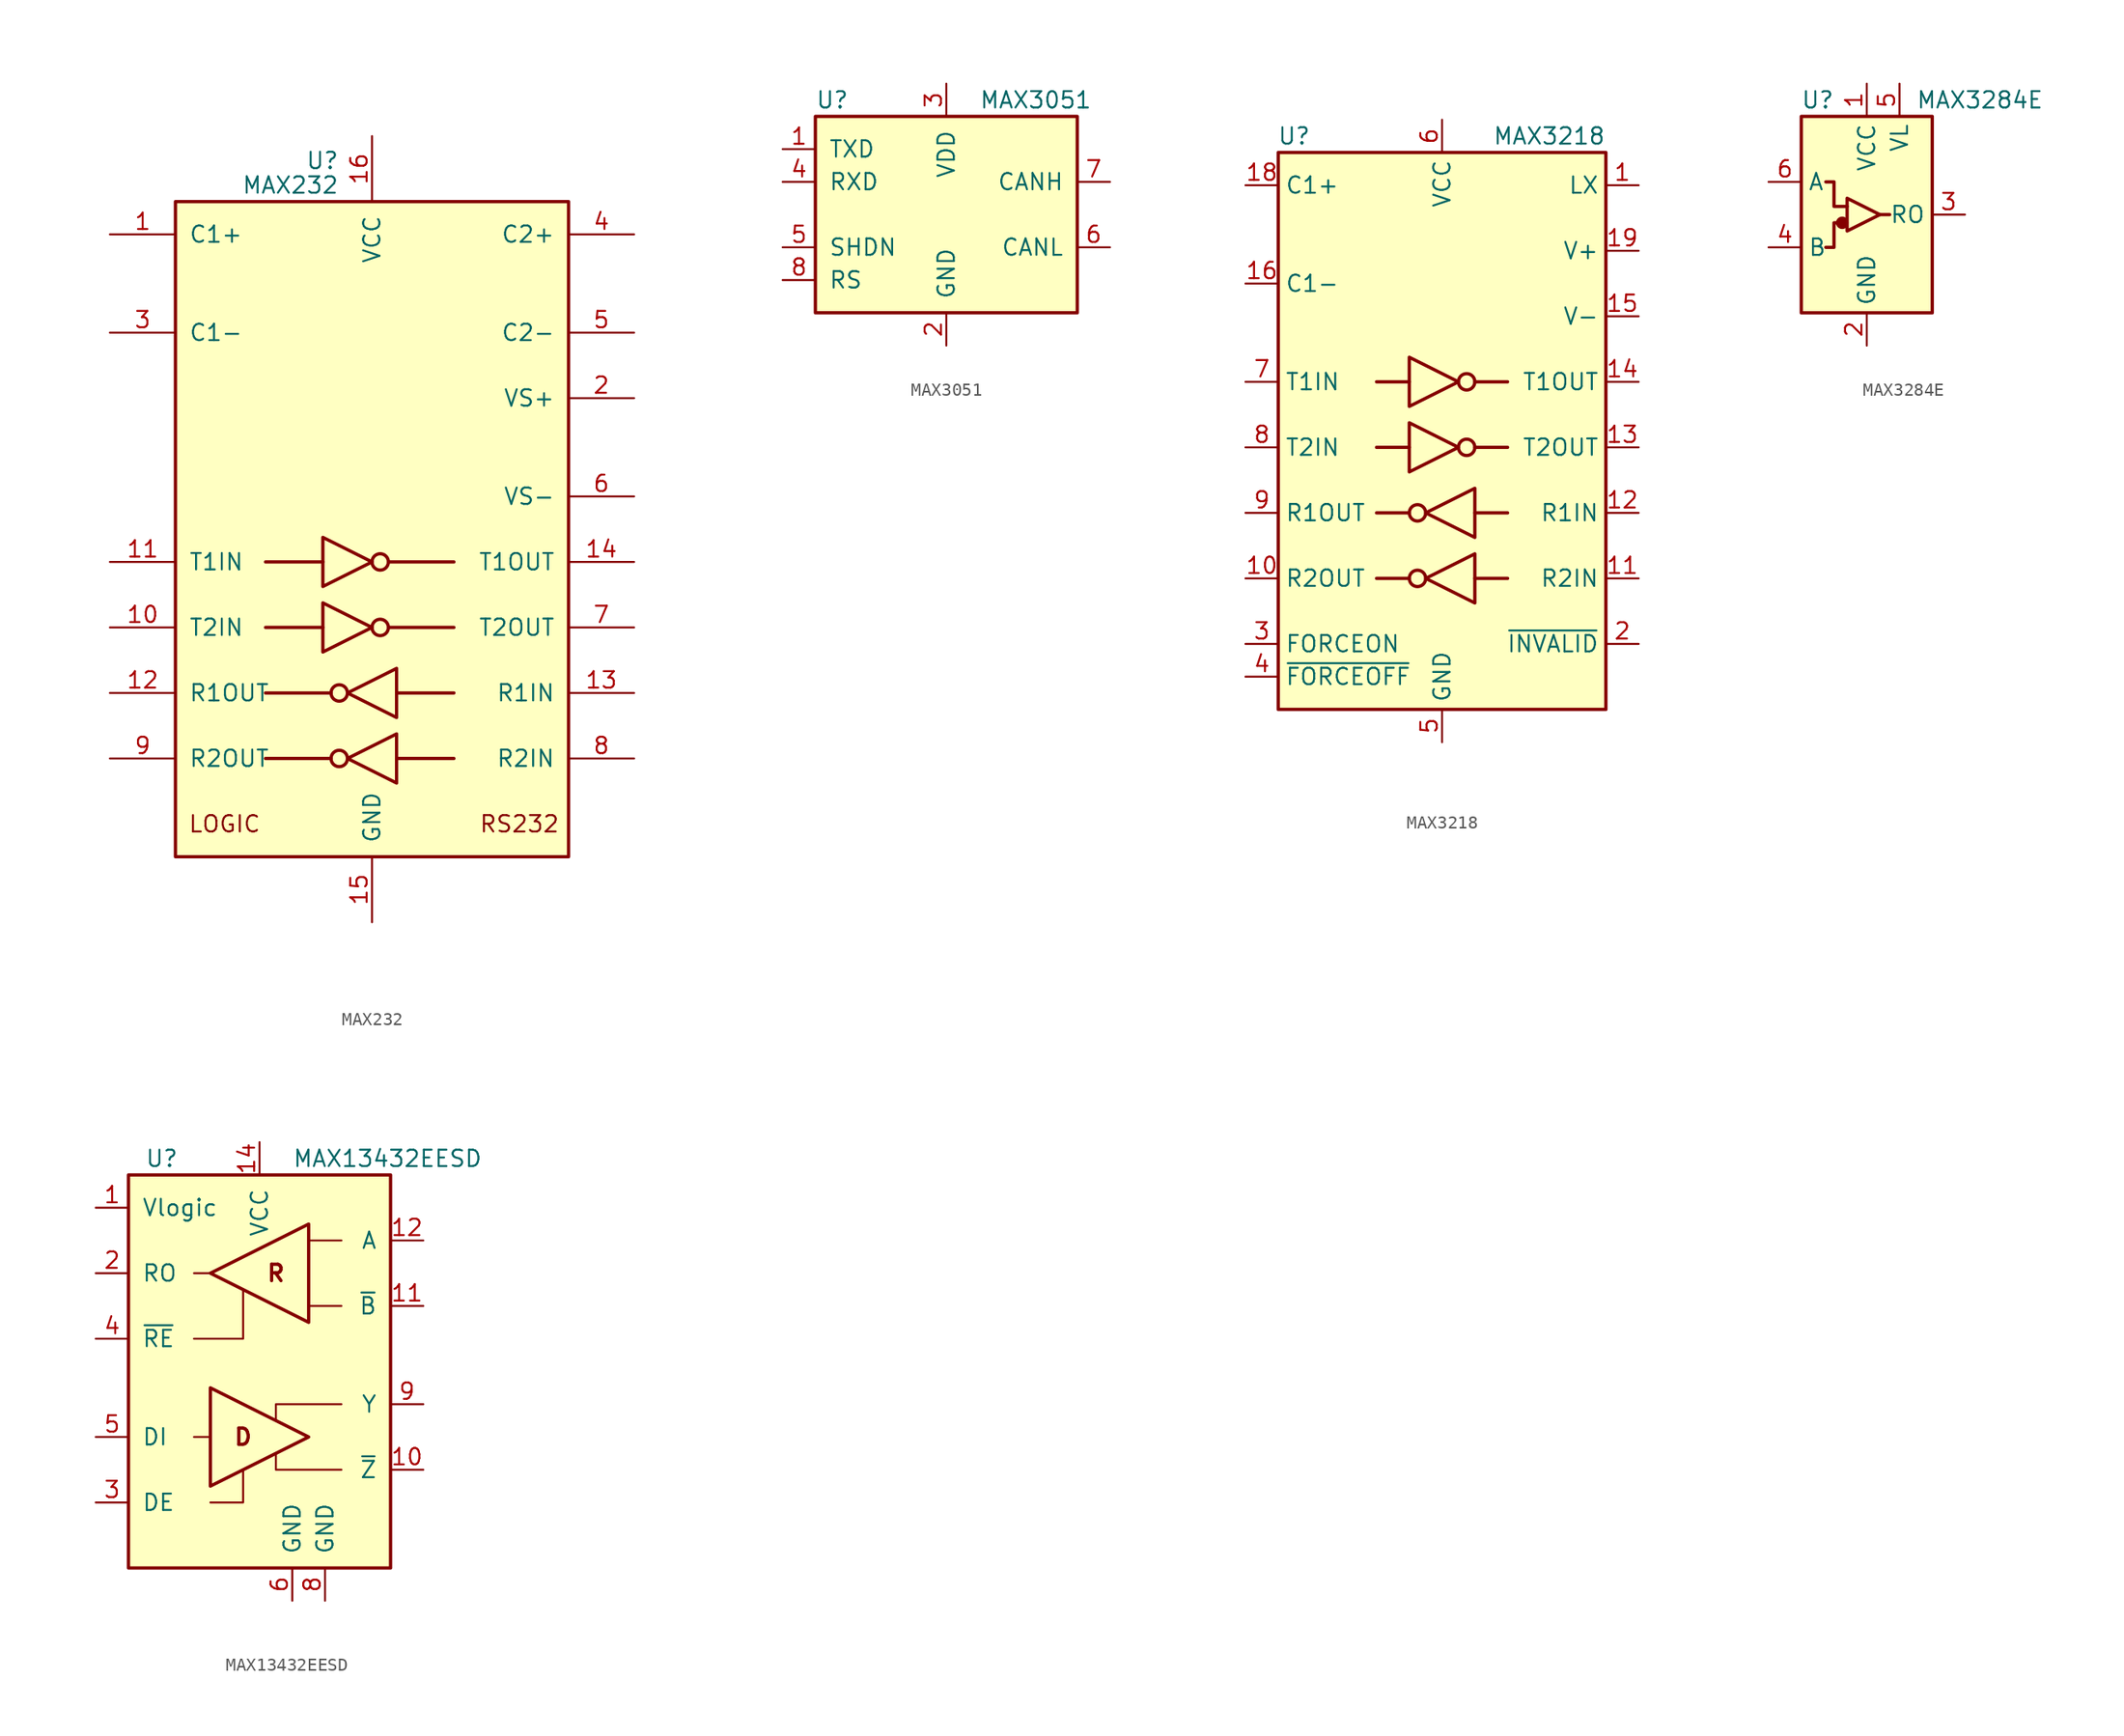
<source format=kicad_sym>
(kicad_symbol_lib
  (version 20201005)
  (generator kicad_symbol_editor)
  (symbol "MAX232"
    (pin_names
      (offset 1.016))
    (property "Reference" "U"
      (at -2.54 28.575 0)
      (effects (font (size 1.27 1.27)) (justify right)))
    (property "Value" "MAX232"
      (at -2.54 26.67 0)
      (effects (font (size 1.27 1.27)) (justify right)))
    (symbol "MAX232_0_0"
      (text "LOGIC" (at -11.43 -22.86 0) (effects (font (size 1.27 1.27))))
      (text "RS232" (at 11.43 -22.86 0) (effects (font (size 1.27 1.27)))))
    (symbol "MAX232_0_1"
      (circle (center -2.54 -17.78) (radius 0.635) (stroke (width 0.254)) (fill (type none)))
      (circle (center -2.54 -12.7) (radius 0.635) (stroke (width 0.254)) (fill (type none)))
      (circle (center 0.635 -7.62) (radius 0.635) (stroke (width 0.254)) (fill (type none)))
      (circle (center 0.635 -2.54) (radius 0.635) (stroke (width 0.254)) (fill (type none)))
      (rectangle (start -15.24 -25.4) (end 15.24 25.4) (stroke (width 0.254)) (fill (type background)))
      (polyline (pts (xy -3.81 -7.62) (xy -8.255 -7.62)) (stroke (width 0.254)) (fill (type none)))
      (polyline (pts (xy -3.81 -2.54) (xy -8.255 -2.54)) (stroke (width 0.254)) (fill (type none)))
      (polyline (pts (xy -3.175 -17.78) (xy -8.255 -17.78)) (stroke (width 0.254)) (fill (type none)))
      (polyline (pts (xy -3.175 -12.7) (xy -8.255 -12.7)) (stroke (width 0.254)) (fill (type none)))
      (polyline (pts (xy 1.27 -7.62) (xy 6.35 -7.62)) (stroke (width 0.254)) (fill (type none)))
      (polyline (pts (xy 1.27 -2.54) (xy 6.35 -2.54)) (stroke (width 0.254)) (fill (type none)))
      (polyline (pts (xy 1.905 -17.78) (xy 6.35 -17.78)) (stroke (width 0.254)) (fill (type none)))
      (polyline (pts (xy 1.905 -12.7) (xy 6.35 -12.7)) (stroke (width 0.254)) (fill (type none)))
      (polyline (pts (xy -3.81 -5.715) (xy -3.81 -9.525) (xy 0 -7.62) (xy -3.81 -5.715)) (stroke (width 0.254)) (fill (type none)))
      (polyline (pts (xy -3.81 -0.635) (xy -3.81 -4.445) (xy 0 -2.54) (xy -3.81 -0.635)) (stroke (width 0.254)) (fill (type none)))
      (polyline (pts (xy 1.905 -15.875) (xy 1.905 -19.685) (xy -1.905 -17.78) (xy 1.905 -15.875)) (stroke (width 0.254)) (fill (type none)))
      (polyline (pts (xy 1.905 -10.795) (xy 1.905 -14.605) (xy -1.905 -12.7) (xy 1.905 -10.795)) (stroke (width 0.254)) (fill (type none))))
    (symbol "MAX232_1_1"
      (pin passive line (at -20.32 22.86 0) (length 5.08) (name "C1+" (effects (font (size 1.27 1.27)))) (number "1" (effects (font (size 1.27 1.27)))))
      (pin input line (at -20.32 -7.62 0) (length 5.08) (name "T2IN" (effects (font (size 1.27 1.27)))) (number "10" (effects (font (size 1.27 1.27)))))
      (pin input line (at -20.32 -2.54 0) (length 5.08) (name "T1IN" (effects (font (size 1.27 1.27)))) (number "11" (effects (font (size 1.27 1.27)))))
      (pin output line (at -20.32 -12.7 0) (length 5.08) (name "R1OUT" (effects (font (size 1.27 1.27)))) (number "12" (effects (font (size 1.27 1.27)))))
      (pin input line (at 20.32 -12.7 180) (length 5.08) (name "R1IN" (effects (font (size 1.27 1.27)))) (number "13" (effects (font (size 1.27 1.27)))))
      (pin output line (at 20.32 -2.54 180) (length 5.08) (name "T1OUT" (effects (font (size 1.27 1.27)))) (number "14" (effects (font (size 1.27 1.27)))))
      (pin power_in line (at 0 -30.48 90) (length 5.08) (name "GND" (effects (font (size 1.27 1.27)))) (number "15" (effects (font (size 1.27 1.27)))))
      (pin power_in line (at 0 30.48 270) (length 5.08) (name "VCC" (effects (font (size 1.27 1.27)))) (number "16" (effects (font (size 1.27 1.27)))))
      (pin power_out line (at 20.32 10.16 180) (length 5.08) (name "VS+" (effects (font (size 1.27 1.27)))) (number "2" (effects (font (size 1.27 1.27)))))
      (pin passive line (at -20.32 15.24 0) (length 5.08) (name "C1-" (effects (font (size 1.27 1.27)))) (number "3" (effects (font (size 1.27 1.27)))))
      (pin passive line (at 20.32 22.86 180) (length 5.08) (name "C2+" (effects (font (size 1.27 1.27)))) (number "4" (effects (font (size 1.27 1.27)))))
      (pin passive line (at 20.32 15.24 180) (length 5.08) (name "C2-" (effects (font (size 1.27 1.27)))) (number "5" (effects (font (size 1.27 1.27)))))
      (pin power_out line (at 20.32 2.54 180) (length 5.08) (name "VS-" (effects (font (size 1.27 1.27)))) (number "6" (effects (font (size 1.27 1.27)))))
      (pin output line (at 20.32 -7.62 180) (length 5.08) (name "T2OUT" (effects (font (size 1.27 1.27)))) (number "7" (effects (font (size 1.27 1.27)))))
      (pin input line (at 20.32 -17.78 180) (length 5.08) (name "R2IN" (effects (font (size 1.27 1.27)))) (number "8" (effects (font (size 1.27 1.27)))))
      (pin output line (at -20.32 -17.78 0) (length 5.08) (name "R2OUT" (effects (font (size 1.27 1.27)))) (number "9" (effects (font (size 1.27 1.27)))))))
  (symbol "MAX3051"
    (pin_names
      (offset 1.016))
    (property "Reference" "U"
      (at -10.16 8.89 0)
      (effects (font (size 1.27 1.27)) (justify left)))
    (property "Value" "MAX3051"
      (at 2.54 8.89 0)
      (effects (font (size 1.27 1.27)) (justify left)))
    (symbol "MAX3051_0_1"
      (rectangle (start -10.16 7.62) (end 10.16 -7.62) (stroke (width 0.254)) (fill (type background))))
    (symbol "MAX3051_1_1"
      (pin input line (at -12.7 5.08 0) (length 2.54) (name "TXD" (effects (font (size 1.27 1.27)))) (number "1" (effects (font (size 1.27 1.27)))))
      (pin power_in line (at 0 -10.16 90) (length 2.54) (name "GND" (effects (font (size 1.27 1.27)))) (number "2" (effects (font (size 1.27 1.27)))))
      (pin power_in line (at 0 10.16 270) (length 2.54) (name "VDD" (effects (font (size 1.27 1.27)))) (number "3" (effects (font (size 1.27 1.27)))))
      (pin output line (at -12.7 2.54 0) (length 2.54) (name "RXD" (effects (font (size 1.27 1.27)))) (number "4" (effects (font (size 1.27 1.27)))))
      (pin input line (at -12.7 -2.54 0) (length 2.54) (name "SHDN" (effects (font (size 1.27 1.27)))) (number "5" (effects (font (size 1.27 1.27)))))
      (pin bidirectional line (at 12.7 -2.54 180) (length 2.54) (name "CANL" (effects (font (size 1.27 1.27)))) (number "6" (effects (font (size 1.27 1.27)))))
      (pin bidirectional line (at 12.7 2.54 180) (length 2.54) (name "CANH" (effects (font (size 1.27 1.27)))) (number "7" (effects (font (size 1.27 1.27)))))
      (pin input line (at -12.7 -5.08 0) (length 2.54) (name "RS" (effects (font (size 1.27 1.27)))) (number "8" (effects (font (size 1.27 1.27)))))))
  (symbol "MAX3218"
    (property "Reference" "U"
      (at -10.16 24.13 0)
      (effects (font (size 1.27 1.27)) (justify right)))
    (property "Value" "MAX3218"
      (at 12.7 24.13 0)
      (effects (font (size 1.27 1.27)) (justify right)))
    (symbol "MAX3218_0_1"
      (circle (center 1.905 0) (radius 0.635) (stroke (width 0.254)) (fill (type none)))
      (circle (center 1.905 5.08) (radius 0.635) (stroke (width 0.254)) (fill (type none)))
      (rectangle (start -12.7 -20.32) (end 12.7 22.86) (stroke (width 0.254)) (fill (type background)))
      (polyline (pts (xy -2.54 5.08) (xy -5.08 5.08)) (stroke (width 0.254)) (fill (type none)))
      (polyline (pts (xy 2.54 5.08) (xy 5.08 5.08)) (stroke (width 0.254)) (fill (type none)))
      (polyline (pts (xy -2.54 1.905) (xy -2.54 -1.905) (xy 1.27 0) (xy -2.54 1.905)) (stroke (width 0.254)) (fill (type none)))
      (polyline (pts (xy -2.54 6.985) (xy -2.54 3.175) (xy 1.27 5.08) (xy -2.54 6.985)) (stroke (width 0.254)) (fill (type none))))
    (symbol "MAX3218_1_1"
      (circle (center -1.905 -10.16) (radius 0.635) (stroke (width 0.254)) (fill (type none)))
      (circle (center -1.905 -5.08) (radius 0.635) (stroke (width 0.254)) (fill (type none)))
      (polyline (pts (xy -2.54 -10.16) (xy -5.08 -10.16)) (stroke (width 0.254)) (fill (type none)))
      (polyline (pts (xy -2.54 -5.08) (xy -5.08 -5.08)) (stroke (width 0.254)) (fill (type none)))
      (polyline (pts (xy -2.54 0) (xy -5.08 0)) (stroke (width 0.254)) (fill (type none)))
      (polyline (pts (xy 2.54 -10.16) (xy 5.08 -10.16)) (stroke (width 0.254)) (fill (type none)))
      (polyline (pts (xy 2.54 -5.08) (xy 5.08 -5.08)) (stroke (width 0.254)) (fill (type none)))
      (polyline (pts (xy 2.54 0) (xy 5.08 0)) (stroke (width 0.254)) (fill (type none)))
      (polyline (pts (xy 2.54 -12.065) (xy 2.54 -8.255) (xy -1.27 -10.16) (xy 2.54 -12.065)) (stroke (width 0.254)) (fill (type none)))
      (polyline (pts (xy 2.54 -6.985) (xy 2.54 -3.175) (xy -1.27 -5.08) (xy 2.54 -6.985)) (stroke (width 0.254)) (fill (type none)))
      (pin passive line (at 15.24 20.32 180) (length 2.54) (name "LX" (effects (font (size 1.27 1.27)))) (number "1" (effects (font (size 1.27 1.27)))))
      (pin output line (at -15.24 -10.16 0) (length 2.54) (name "R2OUT" (effects (font (size 1.27 1.27)))) (number "10" (effects (font (size 1.27 1.27)))))
      (pin input line (at 15.24 -10.16 180) (length 2.54) (name "R2IN" (effects (font (size 1.27 1.27)))) (number "11" (effects (font (size 1.27 1.27)))))
      (pin input line (at 15.24 -5.08 180) (length 2.54) (name "R1IN" (effects (font (size 1.27 1.27)))) (number "12" (effects (font (size 1.27 1.27)))))
      (pin output line (at 15.24 0 180) (length 2.54) (name "T2OUT" (effects (font (size 1.27 1.27)))) (number "13" (effects (font (size 1.27 1.27)))))
      (pin output line (at 15.24 5.08 180) (length 2.54) (name "T1OUT" (effects (font (size 1.27 1.27)))) (number "14" (effects (font (size 1.27 1.27)))))
      (pin power_out line (at 15.24 10.16 180) (length 2.54) (name "V-" (effects (font (size 1.27 1.27)))) (number "15" (effects (font (size 1.27 1.27)))))
      (pin passive line (at -15.24 12.7 0) (length 2.54) (name "C1-" (effects (font (size 1.27 1.27)))) (number "16" (effects (font (size 1.27 1.27)))))
      (pin passive line (at 0 -22.86 90) (length 2.54) hide (name "GND" (effects (font (size 1.27 1.27)))) (number "17" (effects (font (size 1.27 1.27)))))
      (pin passive line (at -15.24 20.32 0) (length 2.54) (name "C1+" (effects (font (size 1.27 1.27)))) (number "18" (effects (font (size 1.27 1.27)))))
      (pin power_out line (at 15.24 15.24 180) (length 2.54) (name "V+" (effects (font (size 1.27 1.27)))) (number "19" (effects (font (size 1.27 1.27)))))
      (pin output line (at 15.24 -15.24 180) (length 2.54) (name "~INVALID" (effects (font (size 1.27 1.27)))) (number "2" (effects (font (size 1.27 1.27)))))
      (pin passive line (at 0 -22.86 90) (length 2.54) hide (name "GND" (effects (font (size 1.27 1.27)))) (number "20" (effects (font (size 1.27 1.27)))))
      (pin input line (at -15.24 -15.24 0) (length 2.54) (name "FORCEON" (effects (font (size 1.27 1.27)))) (number "3" (effects (font (size 1.27 1.27)))))
      (pin input line (at -15.24 -17.78 0) (length 2.54) (name "~FORCEOFF" (effects (font (size 1.27 1.27)))) (number "4" (effects (font (size 1.27 1.27)))))
      (pin power_in line (at 0 -22.86 90) (length 2.54) (name "GND" (effects (font (size 1.27 1.27)))) (number "5" (effects (font (size 1.27 1.27)))))
      (pin power_in line (at 0 25.4 270) (length 2.54) (name "VCC" (effects (font (size 1.27 1.27)))) (number "6" (effects (font (size 1.27 1.27)))))
      (pin input line (at -15.24 5.08 0) (length 2.54) (name "T1IN" (effects (font (size 1.27 1.27)))) (number "7" (effects (font (size 1.27 1.27)))))
      (pin input line (at -15.24 0 0) (length 2.54) (name "T2IN" (effects (font (size 1.27 1.27)))) (number "8" (effects (font (size 1.27 1.27)))))
      (pin output line (at -15.24 -5.08 0) (length 2.54) (name "R1OUT" (effects (font (size 1.27 1.27)))) (number "9" (effects (font (size 1.27 1.27)))))))
  (symbol "MAX3284E"
    (property "Reference" "U"
      (at -3.81 8.89 0)
      (effects (font (size 1.27 1.27))))
    (property "Value" "MAX3284E"
      (at 3.81 8.89 0)
      (effects (font (size 1.27 1.27)) (justify left)))
    (symbol "MAX3284E_0_1"
      (circle (center -1.905 -0.635) (radius 0.356) (stroke (width 0.254)) (fill (type outline)))
      (rectangle (start -5.08 7.62) (end 5.08 -7.62) (stroke (width 0.254)) (fill (type background)))
      (rectangle (start -1.524 0.635) (end -1.524 0.635) (stroke (width 0)) (fill (type none)))
      (polyline (pts (xy 1.778 0) (xy 1.016 0)) (stroke (width 0.254)) (fill (type none)))
      (polyline (pts (xy -1.905 -0.635) (xy -2.54 -0.635) (xy -2.54 -2.54) (xy -3.175 -2.54)) (stroke (width 0.254)) (fill (type none)))
      (polyline (pts (xy -1.524 0.635) (xy -2.54 0.635) (xy -2.54 2.54) (xy -3.175 2.54)) (stroke (width 0.254)) (fill (type none)))
      (polyline (pts (xy 1.016 0) (xy -1.524 1.27) (xy -1.524 -1.27) (xy 1.016 0)) (stroke (width 0.254)) (fill (type none))))
    (symbol "MAX3284E_1_1"
      (pin power_in line (at 0 10.16 270) (length 2.54) (name "VCC" (effects (font (size 1.27 1.27)))) (number "1" (effects (font (size 1.27 1.27)))))
      (pin power_in line (at 0 -10.16 90) (length 2.54) (name "GND" (effects (font (size 1.27 1.27)))) (number "2" (effects (font (size 1.27 1.27)))))
      (pin output line (at 7.62 0 180) (length 2.54) (name "RO" (effects (font (size 1.27 1.27)))) (number "3" (effects (font (size 1.27 1.27)))))
      (pin input line (at -7.62 -2.54 0) (length 2.54) (name "B" (effects (font (size 1.27 1.27)))) (number "4" (effects (font (size 1.27 1.27)))))
      (pin power_in line (at 2.54 10.16 270) (length 2.54) (name "VL" (effects (font (size 1.27 1.27)))) (number "5" (effects (font (size 1.27 1.27)))))
      (pin input line (at -7.62 2.54 0) (length 2.54) (name "A" (effects (font (size 1.27 1.27)))) (number "6" (effects (font (size 1.27 1.27)))))))
  (symbol "MAX13432EESD"
    (pin_names
      (offset 1.016))
    (property "Reference" "U"
      (at -8.89 16.51 0)
      (effects (font (size 1.27 1.27)) (justify left)))
    (property "Value" "MAX13432EESD"
      (at 2.54 16.51 0)
      (effects (font (size 1.27 1.27)) (justify left)))
    (symbol "MAX13432EESD_0_0"
      (text "D" (at -1.27 -5.08 0) (effects (font (size 1.27 1.27) bold)))
      (text "R" (at 1.27 7.62 0) (effects (font (size 1.27 1.27) bold))))
    (symbol "MAX13432EESD_0_1"
      (rectangle (start -10.16 15.24) (end 10.16 -15.24) (stroke (width 0.254)) (fill (type background)))
      (polyline (pts (xy -5.08 -5.08) (xy -3.81 -5.08)) (stroke (width 0)) (fill (type none)))
      (polyline (pts (xy -3.81 7.62) (xy -5.08 7.62)) (stroke (width 0)) (fill (type none)))
      (polyline (pts (xy 6.35 5.08) (xy 3.81 5.08) (xy 3.81 5.08)) (stroke (width 0)) (fill (type none)))
      (polyline (pts (xy 6.35 10.16) (xy 3.81 10.16) (xy 3.81 10.16)) (stroke (width 0)) (fill (type none)))
      (polyline (pts (xy -3.81 -10.16) (xy -1.27 -10.16) (xy -1.27 -7.62) (xy -1.27 -7.62)) (stroke (width 0)) (fill (type none)))
      (polyline (pts (xy -1.27 6.35) (xy -1.27 2.54) (xy -2.54 2.54) (xy -5.08 2.54)) (stroke (width 0)) (fill (type none)))
      (polyline (pts (xy 6.35 -7.62) (xy 1.27 -7.62) (xy 1.27 -6.35) (xy 1.27 -6.35)) (stroke (width 0)) (fill (type none)))
      (polyline (pts (xy 6.35 -2.54) (xy 1.27 -2.54) (xy 1.27 -3.81) (xy 1.27 -3.81)) (stroke (width 0)) (fill (type none)))
      (polyline (pts (xy -3.81 -1.27) (xy -3.81 -8.89) (xy 3.81 -5.08) (xy -3.81 -1.27) (xy -3.81 -1.27)) (stroke (width 0.254)) (fill (type none)))
      (polyline (pts (xy 3.81 11.43) (xy 3.81 3.81) (xy -3.81 7.62) (xy 3.81 11.43) (xy 3.81 11.43)) (stroke (width 0.254)) (fill (type none))))
    (symbol "MAX13432EESD_1_1"
      (pin power_in line (at -12.7 12.7 0) (length 2.54) (name "Vlogic" (effects (font (size 1.27 1.27)))) (number "1" (effects (font (size 1.27 1.27)))))
      (pin output line (at 12.7 -7.62 180) (length 2.54) (name "~Z~" (effects (font (size 1.27 1.27)))) (number "10" (effects (font (size 1.27 1.27)))))
      (pin input line (at 12.7 5.08 180) (length 2.54) (name "~B" (effects (font (size 1.27 1.27)))) (number "11" (effects (font (size 1.27 1.27)))))
      (pin input line (at 12.7 10.16 180) (length 2.54) (name "A" (effects (font (size 1.27 1.27)))) (number "12" (effects (font (size 1.27 1.27)))))
      (pin no_connect line (at 10.16 0 180) (length 2.54) hide (name "NC" (effects (font (size 1.27 1.27)))) (number "13" (effects (font (size 1.27 1.27)))))
      (pin power_in line (at 0 17.78 270) (length 2.54) (name "VCC" (effects (font (size 1.27 1.27)))) (number "14" (effects (font (size 1.27 1.27)))))
      (pin output line (at -12.7 7.62 0) (length 2.54) (name "RO" (effects (font (size 1.27 1.27)))) (number "2" (effects (font (size 1.27 1.27)))))
      (pin input line (at -12.7 -10.16 0) (length 2.54) (name "DE" (effects (font (size 1.27 1.27)))) (number "3" (effects (font (size 1.27 1.27)))))
      (pin input line (at -12.7 2.54 0) (length 2.54) (name "~RE" (effects (font (size 1.27 1.27)))) (number "4" (effects (font (size 1.27 1.27)))))
      (pin input line (at -12.7 -5.08 0) (length 2.54) (name "DI" (effects (font (size 1.27 1.27)))) (number "5" (effects (font (size 1.27 1.27)))))
      (pin power_in line (at 2.54 -17.78 90) (length 2.54) (name "GND" (effects (font (size 1.27 1.27)))) (number "6" (effects (font (size 1.27 1.27)))))
      (pin no_connect line (at 10.16 2.54 180) (length 2.54) hide (name "NC" (effects (font (size 1.27 1.27)))) (number "7" (effects (font (size 1.27 1.27)))))
      (pin power_in line (at 5.08 -17.78 90) (length 2.54) (name "GND" (effects (font (size 1.27 1.27)))) (number "8" (effects (font (size 1.27 1.27)))))
      (pin output line (at 12.7 -2.54 180) (length 2.54) (name "Y" (effects (font (size 1.27 1.27)))) (number "9" (effects (font (size 1.27 1.27))))))))
</source>
